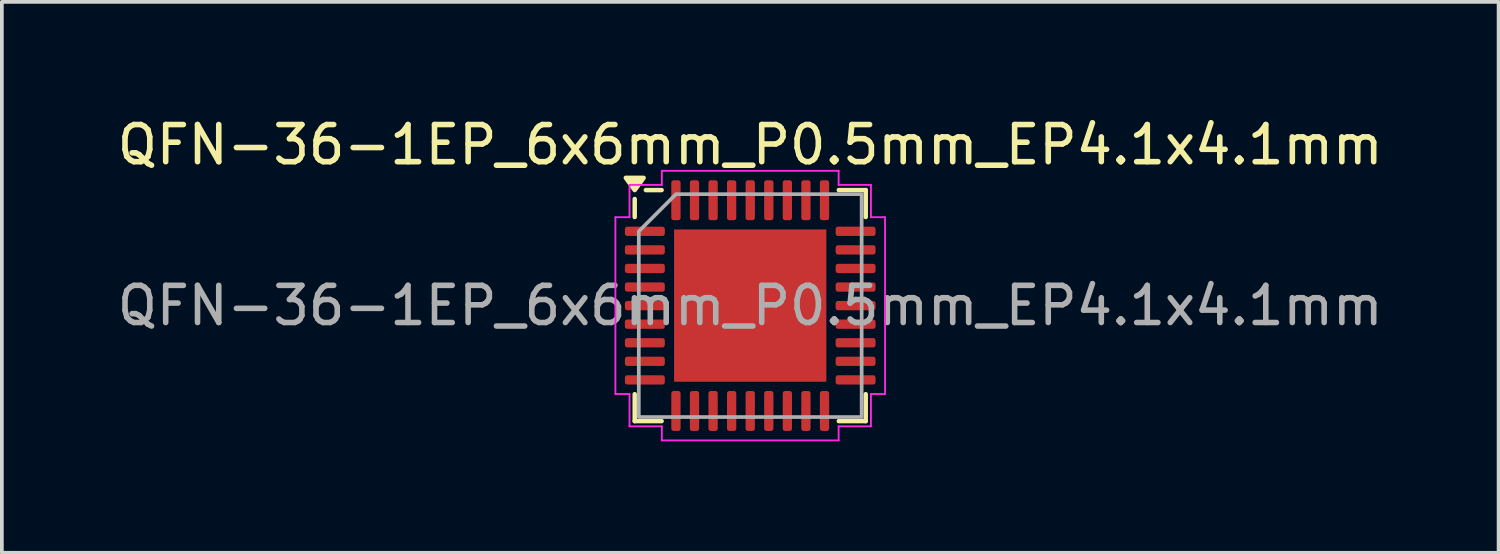
<source format=kicad_pcb>
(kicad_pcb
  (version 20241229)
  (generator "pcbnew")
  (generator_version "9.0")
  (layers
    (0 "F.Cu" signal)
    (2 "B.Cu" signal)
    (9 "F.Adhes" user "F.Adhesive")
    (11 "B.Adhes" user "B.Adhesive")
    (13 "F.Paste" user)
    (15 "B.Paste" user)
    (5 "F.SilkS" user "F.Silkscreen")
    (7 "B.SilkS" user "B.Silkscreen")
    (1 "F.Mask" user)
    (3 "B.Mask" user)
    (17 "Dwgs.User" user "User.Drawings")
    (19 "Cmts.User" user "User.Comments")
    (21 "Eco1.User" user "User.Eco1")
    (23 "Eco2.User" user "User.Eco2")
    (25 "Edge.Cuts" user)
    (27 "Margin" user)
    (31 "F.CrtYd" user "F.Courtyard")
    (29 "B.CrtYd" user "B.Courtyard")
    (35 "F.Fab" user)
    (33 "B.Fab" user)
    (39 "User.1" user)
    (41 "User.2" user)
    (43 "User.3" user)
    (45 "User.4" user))
  (footprint "QFN-36-1EP_6x6mm_P0.5mm_EP4.1x4.1mm"
    (layer "F.Cu")
    (at 17.149 5.178)
    (property "Reference" "QFN-36-1EP_6x6mm_P0.5mm_EP4.1x4.1mm" (at 0 -4.33 0) (layer "F.SilkS") (effects (font (size 1 1) (thickness 0.15))))
    (attr smd)
    (fp_line (start -3.11 -2.385) (end -3.11 -2.87) (stroke (width 0.12) (type solid)) (layer "F.SilkS"))
    (fp_line (start -3.11 3.11) (end -3.11 2.385) (stroke (width 0.12) (type solid)) (layer "F.SilkS"))
    (fp_line (start -2.385 -3.11) (end -2.81 -3.11) (stroke (width 0.12) (type solid)) (layer "F.SilkS"))
    (fp_line (start -2.385 3.11) (end -3.11 3.11) (stroke (width 0.12) (type solid)) (layer "F.SilkS"))
    (fp_line (start 2.385 -3.11) (end 3.11 -3.11) (stroke (width 0.12) (type solid)) (layer "F.SilkS"))
    (fp_line (start 2.385 3.11) (end 3.11 3.11) (stroke (width 0.12) (type solid)) (layer "F.SilkS"))
    (fp_line (start 3.11 -3.11) (end 3.11 -2.385) (stroke (width 0.12) (type solid)) (layer "F.SilkS"))
    (fp_line (start 3.11 3.11) (end 3.11 2.385) (stroke (width 0.12) (type solid)) (layer "F.SilkS"))
    (fp_poly (pts (xy -3.11 -3.11) (xy -3.35 -3.44) (xy -2.87 -3.44)) (stroke (width 0.12) (type solid)) (fill yes) (layer "F.SilkS"))
    (fp_line (start -3.63 -2.38) (end -3.25 -2.38) (stroke (width 0.05) (type solid)) (layer "F.CrtYd"))
    (fp_line (start -3.63 2.38) (end -3.63 -2.38) (stroke (width 0.05) (type solid)) (layer "F.CrtYd"))
    (fp_line (start -3.25 -3.25) (end -2.38 -3.25) (stroke (width 0.05) (type solid)) (layer "F.CrtYd"))
    (fp_line (start -3.25 -2.38) (end -3.25 -3.25) (stroke (width 0.05) (type solid)) (layer "F.CrtYd"))
    (fp_line (start -3.25 2.38) (end -3.63 2.38) (stroke (width 0.05) (type solid)) (layer "F.CrtYd"))
    (fp_line (start -3.25 3.25) (end -3.25 2.38) (stroke (width 0.05) (type solid)) (layer "F.CrtYd"))
    (fp_line (start -2.38 -3.63) (end 2.38 -3.63) (stroke (width 0.05) (type solid)) (layer "F.CrtYd"))
    (fp_line (start -2.38 -3.25) (end -2.38 -3.63) (stroke (width 0.05) (type solid)) (layer "F.CrtYd"))
    (fp_line (start -2.38 3.25) (end -3.25 3.25) (stroke (width 0.05) (type solid)) (layer "F.CrtYd"))
    (fp_line (start -2.38 3.63) (end -2.38 3.25) (stroke (width 0.05) (type solid)) (layer "F.CrtYd"))
    (fp_line (start 2.38 -3.63) (end 2.38 -3.25) (stroke (width 0.05) (type solid)) (layer "F.CrtYd"))
    (fp_line (start 2.38 -3.25) (end 3.25 -3.25) (stroke (width 0.05) (type solid)) (layer "F.CrtYd"))
    (fp_line (start 2.38 3.25) (end 2.38 3.63) (stroke (width 0.05) (type solid)) (layer "F.CrtYd"))
    (fp_line (start 2.38 3.63) (end -2.38 3.63) (stroke (width 0.05) (type solid)) (layer "F.CrtYd"))
    (fp_line (start 3.25 -3.25) (end 3.25 -2.38) (stroke (width 0.05) (type solid)) (layer "F.CrtYd"))
    (fp_line (start 3.25 -2.38) (end 3.63 -2.38) (stroke (width 0.05) (type solid)) (layer "F.CrtYd"))
    (fp_line (start 3.25 2.38) (end 3.25 3.25) (stroke (width 0.05) (type solid)) (layer "F.CrtYd"))
    (fp_line (start 3.25 3.25) (end 2.38 3.25) (stroke (width 0.05) (type solid)) (layer "F.CrtYd"))
    (fp_line (start 3.63 -2.38) (end 3.63 2.38) (stroke (width 0.05) (type solid)) (layer "F.CrtYd"))
    (fp_line (start 3.63 2.38) (end 3.25 2.38) (stroke (width 0.05) (type solid)) (layer "F.CrtYd"))
    (fp_poly (pts (xy -3 -2) (xy -3 3) (xy 3 3) (xy 3 -3) (xy -2 -3)) (stroke (width 0.1) (type solid)) (fill no) (layer "F.Fab"))
    (fp_text user "${REFERENCE}" (at 0 0 0) (layer "F.Fab") (effects (font (size 1 1) (thickness 0.15))))
    (pad "" smd roundrect (at -1.37 -1.37) (size 1.1 1.1) (layers "F.Paste") (roundrect_rratio 0.227))
    (pad "" smd roundrect (at -1.37 0) (size 1.1 1.1) (layers "F.Paste") (roundrect_rratio 0.227))
    (pad "" smd roundrect (at -1.37 1.37) (size 1.1 1.1) (layers "F.Paste") (roundrect_rratio 0.227))
    (pad "" smd roundrect (at 0 -1.37) (size 1.1 1.1) (layers "F.Paste") (roundrect_rratio 0.227))
    (pad "" smd roundrect (at 0 0) (size 1.1 1.1) (layers "F.Paste") (roundrect_rratio 0.227))
    (pad "" smd roundrect (at 0 1.37) (size 1.1 1.1) (layers "F.Paste") (roundrect_rratio 0.227))
    (pad "" smd roundrect (at 1.37 -1.37) (size 1.1 1.1) (layers "F.Paste") (roundrect_rratio 0.227))
    (pad "" smd roundrect (at 1.37 0) (size 1.1 1.1) (layers "F.Paste") (roundrect_rratio 0.227))
    (pad "" smd roundrect (at 1.37 1.37) (size 1.1 1.1) (layers "F.Paste") (roundrect_rratio 0.227))
    (pad "1" smd roundrect (at -2.837 -2) (size 1.075 0.25) (layers "F.Cu" "F.Mask" "F.Paste") (roundrect_rratio 0.25))
    (pad "2" smd roundrect (at -2.837 -1.5) (size 1.075 0.25) (layers "F.Cu" "F.Mask" "F.Paste") (roundrect_rratio 0.25))
    (pad "3" smd roundrect (at -2.837 -1) (size 1.075 0.25) (layers "F.Cu" "F.Mask" "F.Paste") (roundrect_rratio 0.25))
    (pad "4" smd roundrect (at -2.837 -0.5) (size 1.075 0.25) (layers "F.Cu" "F.Mask" "F.Paste") (roundrect_rratio 0.25))
    (pad "5" smd roundrect (at -2.837 0) (size 1.075 0.25) (layers "F.Cu" "F.Mask" "F.Paste") (roundrect_rratio 0.25))
    (pad "6" smd roundrect (at -2.837 0.5) (size 1.075 0.25) (layers "F.Cu" "F.Mask" "F.Paste") (roundrect_rratio 0.25))
    (pad "7" smd roundrect (at -2.837 1) (size 1.075 0.25) (layers "F.Cu" "F.Mask" "F.Paste") (roundrect_rratio 0.25))
    (pad "8" smd roundrect (at -2.837 1.5) (size 1.075 0.25) (layers "F.Cu" "F.Mask" "F.Paste") (roundrect_rratio 0.25))
    (pad "9" smd roundrect (at -2.837 2) (size 1.075 0.25) (layers "F.Cu" "F.Mask" "F.Paste") (roundrect_rratio 0.25))
    (pad "10" smd roundrect (at -2 2.837) (size 0.25 1.075) (layers "F.Cu" "F.Mask" "F.Paste") (roundrect_rratio 0.25))
    (pad "11" smd roundrect (at -1.5 2.837) (size 0.25 1.075) (layers "F.Cu" "F.Mask" "F.Paste") (roundrect_rratio 0.25))
    (pad "12" smd roundrect (at -1 2.837) (size 0.25 1.075) (layers "F.Cu" "F.Mask" "F.Paste") (roundrect_rratio 0.25))
    (pad "13" smd roundrect (at -0.5 2.837) (size 0.25 1.075) (layers "F.Cu" "F.Mask" "F.Paste") (roundrect_rratio 0.25))
    (pad "14" smd roundrect (at 0 2.837) (size 0.25 1.075) (layers "F.Cu" "F.Mask" "F.Paste") (roundrect_rratio 0.25))
    (pad "15" smd roundrect (at 0.5 2.837) (size 0.25 1.075) (layers "F.Cu" "F.Mask" "F.Paste") (roundrect_rratio 0.25))
    (pad "16" smd roundrect (at 1 2.837) (size 0.25 1.075) (layers "F.Cu" "F.Mask" "F.Paste") (roundrect_rratio 0.25))
    (pad "17" smd roundrect (at 1.5 2.837) (size 0.25 1.075) (layers "F.Cu" "F.Mask" "F.Paste") (roundrect_rratio 0.25))
    (pad "18" smd roundrect (at 2 2.837) (size 0.25 1.075) (layers "F.Cu" "F.Mask" "F.Paste") (roundrect_rratio 0.25))
    (pad "19" smd roundrect (at 2.837 2) (size 1.075 0.25) (layers "F.Cu" "F.Mask" "F.Paste") (roundrect_rratio 0.25))
    (pad "20" smd roundrect (at 2.837 1.5) (size 1.075 0.25) (layers "F.Cu" "F.Mask" "F.Paste") (roundrect_rratio 0.25))
    (pad "21" smd roundrect (at 2.837 1) (size 1.075 0.25) (layers "F.Cu" "F.Mask" "F.Paste") (roundrect_rratio 0.25))
    (pad "22" smd roundrect (at 2.837 0.5) (size 1.075 0.25) (layers "F.Cu" "F.Mask" "F.Paste") (roundrect_rratio 0.25))
    (pad "23" smd roundrect (at 2.837 0) (size 1.075 0.25) (layers "F.Cu" "F.Mask" "F.Paste") (roundrect_rratio 0.25))
    (pad "24" smd roundrect (at 2.837 -0.5) (size 1.075 0.25) (layers "F.Cu" "F.Mask" "F.Paste") (roundrect_rratio 0.25))
    (pad "25" smd roundrect (at 2.837 -1) (size 1.075 0.25) (layers "F.Cu" "F.Mask" "F.Paste") (roundrect_rratio 0.25))
    (pad "26" smd roundrect (at 2.837 -1.5) (size 1.075 0.25) (layers "F.Cu" "F.Mask" "F.Paste") (roundrect_rratio 0.25))
    (pad "27" smd roundrect (at 2.837 -2) (size 1.075 0.25) (layers "F.Cu" "F.Mask" "F.Paste") (roundrect_rratio 0.25))
    (pad "28" smd roundrect (at 2 -2.837) (size 0.25 1.075) (layers "F.Cu" "F.Mask" "F.Paste") (roundrect_rratio 0.25))
    (pad "29" smd roundrect (at 1.5 -2.837) (size 0.25 1.075) (layers "F.Cu" "F.Mask" "F.Paste") (roundrect_rratio 0.25))
    (pad "30" smd roundrect (at 1 -2.837) (size 0.25 1.075) (layers "F.Cu" "F.Mask" "F.Paste") (roundrect_rratio 0.25))
    (pad "31" smd roundrect (at 0.5 -2.837) (size 0.25 1.075) (layers "F.Cu" "F.Mask" "F.Paste") (roundrect_rratio 0.25))
    (pad "32" smd roundrect (at 0 -2.837) (size 0.25 1.075) (layers "F.Cu" "F.Mask" "F.Paste") (roundrect_rratio 0.25))
    (pad "33" smd roundrect (at -0.5 -2.837) (size 0.25 1.075) (layers "F.Cu" "F.Mask" "F.Paste") (roundrect_rratio 0.25))
    (pad "34" smd roundrect (at -1 -2.837) (size 0.25 1.075) (layers "F.Cu" "F.Mask" "F.Paste") (roundrect_rratio 0.25))
    (pad "35" smd roundrect (at -1.5 -2.837) (size 0.25 1.075) (layers "F.Cu" "F.Mask" "F.Paste") (roundrect_rratio 0.25))
    (pad "36" smd roundrect (at -2 -2.837) (size 0.25 1.075) (layers "F.Cu" "F.Mask" "F.Paste") (roundrect_rratio 0.25))
    (pad "37" smd rect (at 0 0) (size 4.1 4.1) (property pad_prop_heatsink) (layers "F.Cu" "F.Mask")))
  (gr_rect
    (start -3 -3)
    (end 37.298 11.833)
    (stroke (width 0.1) (type default))
    (fill no)
    (layer "Edge.Cuts")))
</source>
